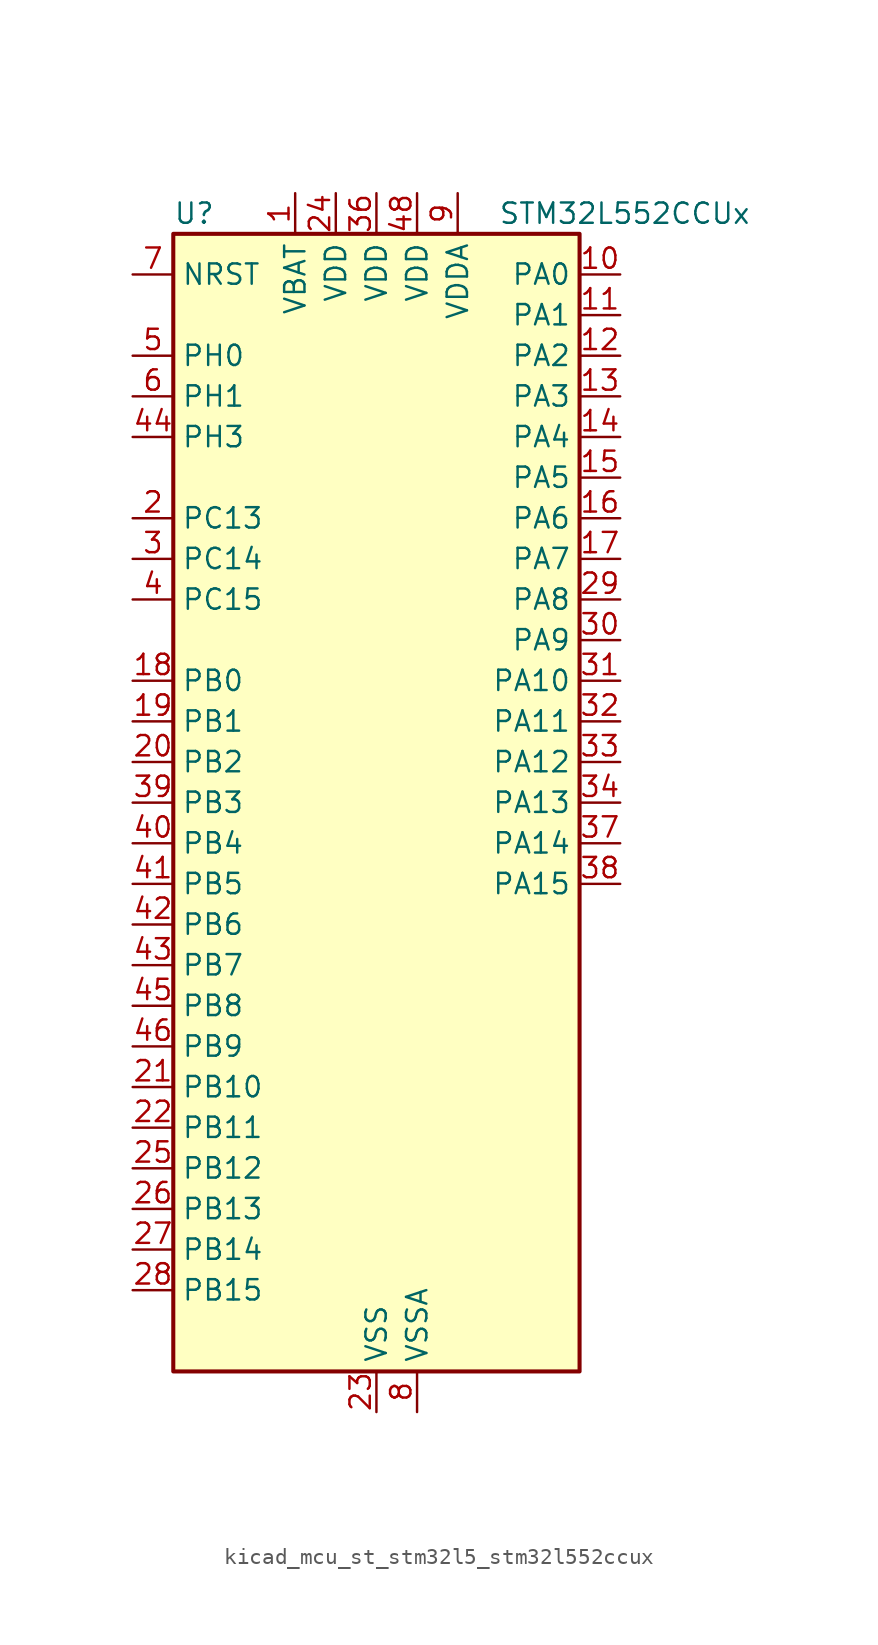
<source format=kicad_sym>
(kicad_symbol_lib
  (version 20220914)
  (generator kicad_symbol_editor)
  (symbol "kicad_mcu_st_stm32l5_stm32l552ccux"
    (property "Reference" "U"
      (at -12.7 36.83 0)
      (effects (font (size 1.27 1.27)) (justify left)))
    (property "Value" "STM32L552CCUx"
      (at 7.62 36.83 0)
      (effects (font (size 1.27 1.27)) (justify left)))
    (property "ki_locked" ""
      (at 0 0 0)
      (effects (font (size 1.27 1.27))))
    (symbol "kicad_mcu_st_stm32l5_stm32l552ccux_0_1"
      (rectangle (start -12.7 -35.56) (end 12.7 35.56) (stroke (width 0.254) (type default)) (fill (type background))))
    (symbol "kicad_mcu_st_stm32l5_stm32l552ccux_1_1"
      (pin power_in line (at -5.08 38.1 270) (length 2.54) (name "VBAT" (effects (font (size 1.27 1.27)))) (number "1" (effects (font (size 1.27 1.27)))))
      (pin bidirectional line (at 15.24 33.02 180) (length 2.54) (name "PA0" (effects (font (size 1.27 1.27)))) (number "10" (effects (font (size 1.27 1.27)))) (alternate "ADC1_IN5" bidirectional line) (alternate "ADC2_IN5" bidirectional line) (alternate "OPAMP1_VINP" bidirectional line) (alternate "PWR_WKUP1" bidirectional line) (alternate "SAI1_EXTCLK" bidirectional line) (alternate "TAMP_IN2" bidirectional line) (alternate "TAMP_OUT1" bidirectional line) (alternate "TIM2_CH1" bidirectional line) (alternate "TIM2_ETR" bidirectional line) (alternate "TIM5_CH1" bidirectional line) (alternate "TIM8_ETR" bidirectional line) (alternate "UART4_TX" bidirectional line) (alternate "USART2_CTS" bidirectional line) (alternate "USART2_NSS" bidirectional line))
      (pin bidirectional line (at 15.24 30.48 180) (length 2.54) (name "PA1" (effects (font (size 1.27 1.27)))) (number "11" (effects (font (size 1.27 1.27)))) (alternate "ADC1_IN6" bidirectional line) (alternate "ADC2_IN6" bidirectional line) (alternate "I2C1_SMBA" bidirectional line) (alternate "OCTOSPI1_DQS" bidirectional line) (alternate "OPAMP1_VINM" bidirectional line) (alternate "SPI1_SCK" bidirectional line) (alternate "TAMP_IN5" bidirectional line) (alternate "TAMP_OUT4" bidirectional line) (alternate "TIM15_CH1N" bidirectional line) (alternate "TIM2_CH2" bidirectional line) (alternate "TIM5_CH2" bidirectional line) (alternate "UART4_RX" bidirectional line) (alternate "USART2_DE" bidirectional line) (alternate "USART2_RTS" bidirectional line))
      (pin bidirectional line (at 15.24 27.94 180) (length 2.54) (name "PA2" (effects (font (size 1.27 1.27)))) (number "12" (effects (font (size 1.27 1.27)))) (alternate "ADC1_IN7" bidirectional line) (alternate "ADC2_IN7" bidirectional line) (alternate "COMP1_INP" bidirectional line) (alternate "LPUART1_TX" bidirectional line) (alternate "OCTOSPI1_NCS" bidirectional line) (alternate "PWR_WKUP4" bidirectional line) (alternate "RCC_LSCO" bidirectional line) (alternate "SAI2_EXTCLK" bidirectional line) (alternate "TIM15_CH1" bidirectional line) (alternate "TIM2_CH3" bidirectional line) (alternate "TIM5_CH3" bidirectional line) (alternate "UCPD1_FRSTX1" bidirectional line) (alternate "USART2_TX" bidirectional line))
      (pin bidirectional line (at 15.24 25.4 180) (length 2.54) (name "PA3" (effects (font (size 1.27 1.27)))) (number "13" (effects (font (size 1.27 1.27)))) (alternate "ADC1_IN8" bidirectional line) (alternate "ADC2_IN8" bidirectional line) (alternate "LPUART1_RX" bidirectional line) (alternate "OCTOSPI1_CLK" bidirectional line) (alternate "OPAMP1_VOUT" bidirectional line) (alternate "SAI1_CK1" bidirectional line) (alternate "SAI1_MCLK_A" bidirectional line) (alternate "TIM15_CH2" bidirectional line) (alternate "TIM2_CH4" bidirectional line) (alternate "TIM5_CH4" bidirectional line) (alternate "USART2_RX" bidirectional line))
      (pin bidirectional line (at 15.24 22.86 180) (length 2.54) (name "PA4" (effects (font (size 1.27 1.27)))) (number "14" (effects (font (size 1.27 1.27)))) (alternate "ADC1_IN9" bidirectional line) (alternate "ADC2_IN9" bidirectional line) (alternate "DAC1_OUT1" bidirectional line) (alternate "LPTIM2_OUT" bidirectional line) (alternate "OCTOSPI1_NCS" bidirectional line) (alternate "SAI1_FS_B" bidirectional line) (alternate "SPI1_NSS" bidirectional line) (alternate "SPI3_NSS" bidirectional line) (alternate "USART2_CK" bidirectional line))
      (pin bidirectional line (at 15.24 20.32 180) (length 2.54) (name "PA5" (effects (font (size 1.27 1.27)))) (number "15" (effects (font (size 1.27 1.27)))) (alternate "ADC1_IN10" bidirectional line) (alternate "ADC2_IN10" bidirectional line) (alternate "DAC1_OUT2" bidirectional line) (alternate "LPTIM2_ETR" bidirectional line) (alternate "SPI1_SCK" bidirectional line) (alternate "TIM2_CH1" bidirectional line) (alternate "TIM2_ETR" bidirectional line) (alternate "TIM8_CH1N" bidirectional line))
      (pin bidirectional line (at 15.24 17.78 180) (length 2.54) (name "PA6" (effects (font (size 1.27 1.27)))) (number "16" (effects (font (size 1.27 1.27)))) (alternate "ADC1_IN11" bidirectional line) (alternate "ADC2_IN11" bidirectional line) (alternate "LPUART1_CTS" bidirectional line) (alternate "OCTOSPI1_IO3" bidirectional line) (alternate "OPAMP2_VINP" bidirectional line) (alternate "SPI1_MISO" bidirectional line) (alternate "TIM16_CH1" bidirectional line) (alternate "TIM1_BKIN" bidirectional line) (alternate "TIM3_CH1" bidirectional line) (alternate "TIM8_BKIN" bidirectional line) (alternate "USART3_CTS" bidirectional line) (alternate "USART3_NSS" bidirectional line))
      (pin bidirectional line (at 15.24 15.24 180) (length 2.54) (name "PA7" (effects (font (size 1.27 1.27)))) (number "17" (effects (font (size 1.27 1.27)))) (alternate "ADC1_IN12" bidirectional line) (alternate "ADC2_IN12" bidirectional line) (alternate "I2C3_SCL" bidirectional line) (alternate "OCTOSPI1_IO2" bidirectional line) (alternate "OPAMP2_VINM" bidirectional line) (alternate "SPI1_MOSI" bidirectional line) (alternate "TIM17_CH1" bidirectional line) (alternate "TIM1_CH1N" bidirectional line) (alternate "TIM3_CH2" bidirectional line) (alternate "TIM8_CH1N" bidirectional line))
      (pin bidirectional line (at -15.24 7.62 0) (length 2.54) (name "PB0" (effects (font (size 1.27 1.27)))) (number "18" (effects (font (size 1.27 1.27)))) (alternate "ADC1_IN15" bidirectional line) (alternate "ADC2_IN15" bidirectional line) (alternate "COMP1_OUT" bidirectional line) (alternate "OCTOSPI1_IO1" bidirectional line) (alternate "OPAMP2_VOUT" bidirectional line) (alternate "SAI1_EXTCLK" bidirectional line) (alternate "SPI1_NSS" bidirectional line) (alternate "TIM1_CH2N" bidirectional line) (alternate "TIM3_CH3" bidirectional line) (alternate "TIM8_CH2N" bidirectional line) (alternate "USART3_CK" bidirectional line))
      (pin bidirectional line (at -15.24 5.08 0) (length 2.54) (name "PB1" (effects (font (size 1.27 1.27)))) (number "19" (effects (font (size 1.27 1.27)))) (alternate "ADC1_IN16" bidirectional line) (alternate "ADC2_IN16" bidirectional line) (alternate "COMP1_INM" bidirectional line) (alternate "DFSDM1_DATIN0" bidirectional line) (alternate "LPTIM2_IN1" bidirectional line) (alternate "LPUART1_DE" bidirectional line) (alternate "LPUART1_RTS" bidirectional line) (alternate "OCTOSPI1_IO0" bidirectional line) (alternate "TIM1_CH3N" bidirectional line) (alternate "TIM3_CH4" bidirectional line) (alternate "TIM8_CH3N" bidirectional line) (alternate "USART3_DE" bidirectional line) (alternate "USART3_RTS" bidirectional line))
      (pin bidirectional line (at -15.24 17.78 0) (length 2.54) (name "PC13" (effects (font (size 1.27 1.27)))) (number "2" (effects (font (size 1.27 1.27)))) (alternate "PWR_WKUP2" bidirectional line) (alternate "RTC_OUT1" bidirectional line) (alternate "RTC_TS" bidirectional line) (alternate "TAMP_IN1" bidirectional line) (alternate "TAMP_OUT2" bidirectional line))
      (pin bidirectional line (at -15.24 2.54 0) (length 2.54) (name "PB2" (effects (font (size 1.27 1.27)))) (number "20" (effects (font (size 1.27 1.27)))) (alternate "COMP1_INP" bidirectional line) (alternate "DFSDM1_CKIN0" bidirectional line) (alternate "I2C3_SMBA" bidirectional line) (alternate "LPTIM1_OUT" bidirectional line) (alternate "OCTOSPI1_DQS" bidirectional line) (alternate "RTC_OUT2" bidirectional line) (alternate "UCPD1_FRSTX1" bidirectional line))
      (pin bidirectional line (at -15.24 -17.78 0) (length 2.54) (name "PB10" (effects (font (size 1.27 1.27)))) (number "21" (effects (font (size 1.27 1.27)))) (alternate "COMP1_OUT" bidirectional line) (alternate "I2C2_SCL" bidirectional line) (alternate "I2C4_SCL" bidirectional line) (alternate "LPTIM3_OUT" bidirectional line) (alternate "LPUART1_RX" bidirectional line) (alternate "OCTOSPI1_CLK" bidirectional line) (alternate "SAI1_SCK_A" bidirectional line) (alternate "SPI2_SCK" bidirectional line) (alternate "TIM2_CH3" bidirectional line) (alternate "TSC_SYNC" bidirectional line) (alternate "USART3_TX" bidirectional line))
      (pin bidirectional line (at -15.24 -20.32 0) (length 2.54) (name "PB11" (effects (font (size 1.27 1.27)))) (number "22" (effects (font (size 1.27 1.27)))) (alternate "ADC1_EXTI11" bidirectional line) (alternate "ADC2_EXTI11" bidirectional line) (alternate "COMP2_OUT" bidirectional line) (alternate "I2C2_SDA" bidirectional line) (alternate "I2C4_SDA" bidirectional line) (alternate "LPUART1_TX" bidirectional line) (alternate "OCTOSPI1_NCS" bidirectional line) (alternate "TIM2_CH4" bidirectional line) (alternate "USART3_RX" bidirectional line))
      (pin power_in line (at 0 -38.1 90) (length 2.54) (name "VSS" (effects (font (size 1.27 1.27)))) (number "23" (effects (font (size 1.27 1.27)))))
      (pin power_in line (at -2.54 38.1 270) (length 2.54) (name "VDD" (effects (font (size 1.27 1.27)))) (number "24" (effects (font (size 1.27 1.27)))))
      (pin bidirectional line (at -15.24 -22.86 0) (length 2.54) (name "PB12" (effects (font (size 1.27 1.27)))) (number "25" (effects (font (size 1.27 1.27)))) (alternate "DFSDM1_DATIN1" bidirectional line) (alternate "I2C2_SMBA" bidirectional line) (alternate "LPUART1_DE" bidirectional line) (alternate "LPUART1_RTS" bidirectional line) (alternate "OCTOSPI1_NCLK" bidirectional line) (alternate "SAI2_FS_A" bidirectional line) (alternate "SPI2_NSS" bidirectional line) (alternate "TIM15_BKIN" bidirectional line) (alternate "TIM1_BKIN" bidirectional line) (alternate "TSC_G1_IO1" bidirectional line) (alternate "USART3_CK" bidirectional line))
      (pin bidirectional line (at -15.24 -25.4 0) (length 2.54) (name "PB13" (effects (font (size 1.27 1.27)))) (number "26" (effects (font (size 1.27 1.27)))) (alternate "DFSDM1_CKIN1" bidirectional line) (alternate "I2C2_SCL" bidirectional line) (alternate "LPTIM3_IN1" bidirectional line) (alternate "LPUART1_CTS" bidirectional line) (alternate "SAI2_SCK_A" bidirectional line) (alternate "SPI2_SCK" bidirectional line) (alternate "TIM15_CH1N" bidirectional line) (alternate "TIM1_CH1N" bidirectional line) (alternate "TSC_G1_IO2" bidirectional line) (alternate "UCPD1_FRSTX2" bidirectional line) (alternate "USART3_CTS" bidirectional line) (alternate "USART3_NSS" bidirectional line))
      (pin bidirectional line (at -15.24 -27.94 0) (length 2.54) (name "PB14" (effects (font (size 1.27 1.27)))) (number "27" (effects (font (size 1.27 1.27)))) (alternate "DFSDM1_DATIN2" bidirectional line) (alternate "I2C2_SDA" bidirectional line) (alternate "LPTIM3_ETR" bidirectional line) (alternate "SAI2_MCLK_A" bidirectional line) (alternate "SPI2_MISO" bidirectional line) (alternate "TIM15_CH1" bidirectional line) (alternate "TIM1_CH2N" bidirectional line) (alternate "TIM8_CH2N" bidirectional line) (alternate "TSC_G1_IO3" bidirectional line) (alternate "UCPD1_DBCC2" bidirectional line) (alternate "USART3_DE" bidirectional line) (alternate "USART3_RTS" bidirectional line))
      (pin bidirectional line (at -15.24 -30.48 0) (length 2.54) (name "PB15" (effects (font (size 1.27 1.27)))) (number "28" (effects (font (size 1.27 1.27)))) (alternate "ADC1_EXTI15" bidirectional line) (alternate "ADC2_EXTI15" bidirectional line) (alternate "DFSDM1_CKIN2" bidirectional line) (alternate "RTC_REFIN" bidirectional line) (alternate "SAI2_SD_A" bidirectional line) (alternate "SPI2_MOSI" bidirectional line) (alternate "TIM15_CH2" bidirectional line) (alternate "TIM1_CH3N" bidirectional line) (alternate "TIM8_CH3N" bidirectional line) (alternate "UCPD1_CC2" bidirectional line))
      (pin bidirectional line (at 15.24 12.7 180) (length 2.54) (name "PA8" (effects (font (size 1.27 1.27)))) (number "29" (effects (font (size 1.27 1.27)))) (alternate "LPTIM2_OUT" bidirectional line) (alternate "RCC_MCO" bidirectional line) (alternate "SAI1_CK2" bidirectional line) (alternate "SAI1_SCK_A" bidirectional line) (alternate "TIM1_CH1" bidirectional line) (alternate "USART1_CK" bidirectional line))
      (pin bidirectional line (at -15.24 15.24 0) (length 2.54) (name "PC14" (effects (font (size 1.27 1.27)))) (number "3" (effects (font (size 1.27 1.27)))) (alternate "RCC_OSC32_IN" bidirectional line))
      (pin bidirectional line (at 15.24 10.16 180) (length 2.54) (name "PA9" (effects (font (size 1.27 1.27)))) (number "30" (effects (font (size 1.27 1.27)))) (alternate "DAC1_EXTI9" bidirectional line) (alternate "SAI1_FS_A" bidirectional line) (alternate "SPI2_SCK" bidirectional line) (alternate "TIM15_BKIN" bidirectional line) (alternate "TIM1_CH2" bidirectional line) (alternate "USART1_TX" bidirectional line))
      (pin bidirectional line (at 15.24 7.62 180) (length 2.54) (name "PA10" (effects (font (size 1.27 1.27)))) (number "31" (effects (font (size 1.27 1.27)))) (alternate "CRS_SYNC" bidirectional line) (alternate "SAI1_D1" bidirectional line) (alternate "SAI1_SD_A" bidirectional line) (alternate "TIM17_BKIN" bidirectional line) (alternate "TIM1_CH3" bidirectional line) (alternate "USART1_RX" bidirectional line))
      (pin bidirectional line (at 15.24 5.08 180) (length 2.54) (name "PA11" (effects (font (size 1.27 1.27)))) (number "32" (effects (font (size 1.27 1.27)))) (alternate "ADC1_EXTI11" bidirectional line) (alternate "ADC2_EXTI11" bidirectional line) (alternate "FDCAN1_RX" bidirectional line) (alternate "SPI1_MISO" bidirectional line) (alternate "TIM1_BKIN2" bidirectional line) (alternate "TIM1_CH4" bidirectional line) (alternate "USART1_CTS" bidirectional line) (alternate "USART1_NSS" bidirectional line) (alternate "USB_DM" bidirectional line))
      (pin bidirectional line (at 15.24 2.54 180) (length 2.54) (name "PA12" (effects (font (size 1.27 1.27)))) (number "33" (effects (font (size 1.27 1.27)))) (alternate "FDCAN1_TX" bidirectional line) (alternate "SPI1_MOSI" bidirectional line) (alternate "TIM1_ETR" bidirectional line) (alternate "USART1_DE" bidirectional line) (alternate "USART1_RTS" bidirectional line) (alternate "USB_DP" bidirectional line))
      (pin bidirectional line (at 15.24 0 180) (length 2.54) (name "PA13" (effects (font (size 1.27 1.27)))) (number "34" (effects (font (size 1.27 1.27)))) (alternate "DEBUG_JTMS-SWDIO" bidirectional line) (alternate "IR_OUT" bidirectional line) (alternate "SAI1_SD_B" bidirectional line) (alternate "USB_NOE" bidirectional line))
      (pin passive line (at 0 -38.1 90) (length 2.54) hide (name "VSS" (effects (font (size 1.27 1.27)))) (number "35" (effects (font (size 1.27 1.27)))))
      (pin power_in line (at 0 38.1 270) (length 2.54) (name "VDD" (effects (font (size 1.27 1.27)))) (number "36" (effects (font (size 1.27 1.27)))))
      (pin bidirectional line (at 15.24 -2.54 180) (length 2.54) (name "PA14" (effects (font (size 1.27 1.27)))) (number "37" (effects (font (size 1.27 1.27)))) (alternate "DEBUG_JTCK-SWCLK" bidirectional line) (alternate "I2C1_SMBA" bidirectional line) (alternate "I2C4_SMBA" bidirectional line) (alternate "LPTIM1_OUT" bidirectional line) (alternate "SAI1_FS_B" bidirectional line))
      (pin bidirectional line (at 15.24 -5.08 180) (length 2.54) (name "PA15" (effects (font (size 1.27 1.27)))) (number "38" (effects (font (size 1.27 1.27)))) (alternate "ADC1_EXTI15" bidirectional line) (alternate "ADC2_EXTI15" bidirectional line) (alternate "DEBUG_JTDI" bidirectional line) (alternate "SAI2_FS_B" bidirectional line) (alternate "SPI1_NSS" bidirectional line) (alternate "SPI3_NSS" bidirectional line) (alternate "TIM2_CH1" bidirectional line) (alternate "TIM2_ETR" bidirectional line) (alternate "UART4_DE" bidirectional line) (alternate "UART4_RTS" bidirectional line) (alternate "UCPD1_CC1" bidirectional line) (alternate "USART2_RX" bidirectional line) (alternate "USART3_DE" bidirectional line) (alternate "USART3_RTS" bidirectional line))
      (pin bidirectional line (at -15.24 0 0) (length 2.54) (name "PB3" (effects (font (size 1.27 1.27)))) (number "39" (effects (font (size 1.27 1.27)))) (alternate "COMP2_INM" bidirectional line) (alternate "CRS_SYNC" bidirectional line) (alternate "DEBUG_JTDO-SWO" bidirectional line) (alternate "SAI1_SCK_B" bidirectional line) (alternate "SPI1_SCK" bidirectional line) (alternate "SPI3_SCK" bidirectional line) (alternate "TIM2_CH2" bidirectional line) (alternate "USART1_DE" bidirectional line) (alternate "USART1_RTS" bidirectional line))
      (pin bidirectional line (at -15.24 12.7 0) (length 2.54) (name "PC15" (effects (font (size 1.27 1.27)))) (number "4" (effects (font (size 1.27 1.27)))) (alternate "ADC1_EXTI15" bidirectional line) (alternate "ADC2_EXTI15" bidirectional line) (alternate "RCC_OSC32_OUT" bidirectional line))
      (pin bidirectional line (at -15.24 -2.54 0) (length 2.54) (name "PB4" (effects (font (size 1.27 1.27)))) (number "40" (effects (font (size 1.27 1.27)))) (alternate "COMP2_INP" bidirectional line) (alternate "DEBUG_JTRST" bidirectional line) (alternate "I2C3_SDA" bidirectional line) (alternate "SAI1_MCLK_B" bidirectional line) (alternate "SPI1_MISO" bidirectional line) (alternate "SPI3_MISO" bidirectional line) (alternate "TIM17_BKIN" bidirectional line) (alternate "TIM3_CH1" bidirectional line) (alternate "TSC_G2_IO1" bidirectional line) (alternate "USART1_CTS" bidirectional line) (alternate "USART1_NSS" bidirectional line))
      (pin bidirectional line (at -15.24 -5.08 0) (length 2.54) (name "PB5" (effects (font (size 1.27 1.27)))) (number "41" (effects (font (size 1.27 1.27)))) (alternate "COMP2_OUT" bidirectional line) (alternate "I2C1_SMBA" bidirectional line) (alternate "LPTIM1_IN1" bidirectional line) (alternate "OCTOSPI1_NCLK" bidirectional line) (alternate "SAI1_SD_B" bidirectional line) (alternate "SPI1_MOSI" bidirectional line) (alternate "SPI3_MOSI" bidirectional line) (alternate "TIM16_BKIN" bidirectional line) (alternate "TIM3_CH2" bidirectional line) (alternate "TSC_G2_IO2" bidirectional line) (alternate "UCPD1_DBCC1" bidirectional line) (alternate "USART1_CK" bidirectional line))
      (pin bidirectional line (at -15.24 -7.62 0) (length 2.54) (name "PB6" (effects (font (size 1.27 1.27)))) (number "42" (effects (font (size 1.27 1.27)))) (alternate "COMP2_INP" bidirectional line) (alternate "I2C1_SCL" bidirectional line) (alternate "I2C4_SCL" bidirectional line) (alternate "LPTIM1_ETR" bidirectional line) (alternate "SAI1_FS_B" bidirectional line) (alternate "TIM16_CH1N" bidirectional line) (alternate "TIM4_CH1" bidirectional line) (alternate "TIM8_BKIN2" bidirectional line) (alternate "TSC_G2_IO3" bidirectional line) (alternate "USART1_TX" bidirectional line))
      (pin bidirectional line (at -15.24 -10.16 0) (length 2.54) (name "PB7" (effects (font (size 1.27 1.27)))) (number "43" (effects (font (size 1.27 1.27)))) (alternate "COMP2_INM" bidirectional line) (alternate "I2C1_SDA" bidirectional line) (alternate "I2C4_SDA" bidirectional line) (alternate "LPTIM1_IN2" bidirectional line) (alternate "PWR_PVD_IN" bidirectional line) (alternate "TIM17_CH1N" bidirectional line) (alternate "TIM4_CH2" bidirectional line) (alternate "TIM8_BKIN" bidirectional line) (alternate "TSC_G2_IO4" bidirectional line) (alternate "UART4_CTS" bidirectional line) (alternate "USART1_RX" bidirectional line))
      (pin bidirectional line (at -15.24 22.86 0) (length 2.54) (name "PH3" (effects (font (size 1.27 1.27)))) (number "44" (effects (font (size 1.27 1.27)))))
      (pin bidirectional line (at -15.24 -12.7 0) (length 2.54) (name "PB8" (effects (font (size 1.27 1.27)))) (number "45" (effects (font (size 1.27 1.27)))) (alternate "DFSDM1_CKOUT" bidirectional line) (alternate "FDCAN1_RX" bidirectional line) (alternate "I2C1_SCL" bidirectional line) (alternate "SAI1_CK1" bidirectional line) (alternate "SAI1_MCLK_A" bidirectional line) (alternate "TIM16_CH1" bidirectional line) (alternate "TIM4_CH3" bidirectional line))
      (pin bidirectional line (at -15.24 -15.24 0) (length 2.54) (name "PB9" (effects (font (size 1.27 1.27)))) (number "46" (effects (font (size 1.27 1.27)))) (alternate "DAC1_EXTI9" bidirectional line) (alternate "FDCAN1_TX" bidirectional line) (alternate "I2C1_SDA" bidirectional line) (alternate "IR_OUT" bidirectional line) (alternate "SAI1_D2" bidirectional line) (alternate "SAI1_FS_A" bidirectional line) (alternate "SPI2_NSS" bidirectional line) (alternate "TIM17_CH1" bidirectional line) (alternate "TIM4_CH4" bidirectional line))
      (pin passive line (at 0 -38.1 90) (length 2.54) hide (name "VSS" (effects (font (size 1.27 1.27)))) (number "47" (effects (font (size 1.27 1.27)))))
      (pin power_in line (at 2.54 38.1 270) (length 2.54) (name "VDD" (effects (font (size 1.27 1.27)))) (number "48" (effects (font (size 1.27 1.27)))))
      (pin passive line (at 0 -38.1 90) (length 2.54) hide (name "VSS" (effects (font (size 1.27 1.27)))) (number "49" (effects (font (size 1.27 1.27)))))
      (pin bidirectional line (at -15.24 27.94 0) (length 2.54) (name "PH0" (effects (font (size 1.27 1.27)))) (number "5" (effects (font (size 1.27 1.27)))) (alternate "RCC_OSC_IN" bidirectional line))
      (pin bidirectional line (at -15.24 25.4 0) (length 2.54) (name "PH1" (effects (font (size 1.27 1.27)))) (number "6" (effects (font (size 1.27 1.27)))) (alternate "RCC_OSC_OUT" bidirectional line))
      (pin input line (at -15.24 33.02 0) (length 2.54) (name "NRST" (effects (font (size 1.27 1.27)))) (number "7" (effects (font (size 1.27 1.27)))))
      (pin power_in line (at 2.54 -38.1 90) (length 2.54) (name "VSSA" (effects (font (size 1.27 1.27)))) (number "8" (effects (font (size 1.27 1.27)))))
      (pin power_in line (at 5.08 38.1 270) (length 2.54) (name "VDDA" (effects (font (size 1.27 1.27)))) (number "9" (effects (font (size 1.27 1.27))))))))
</source>
